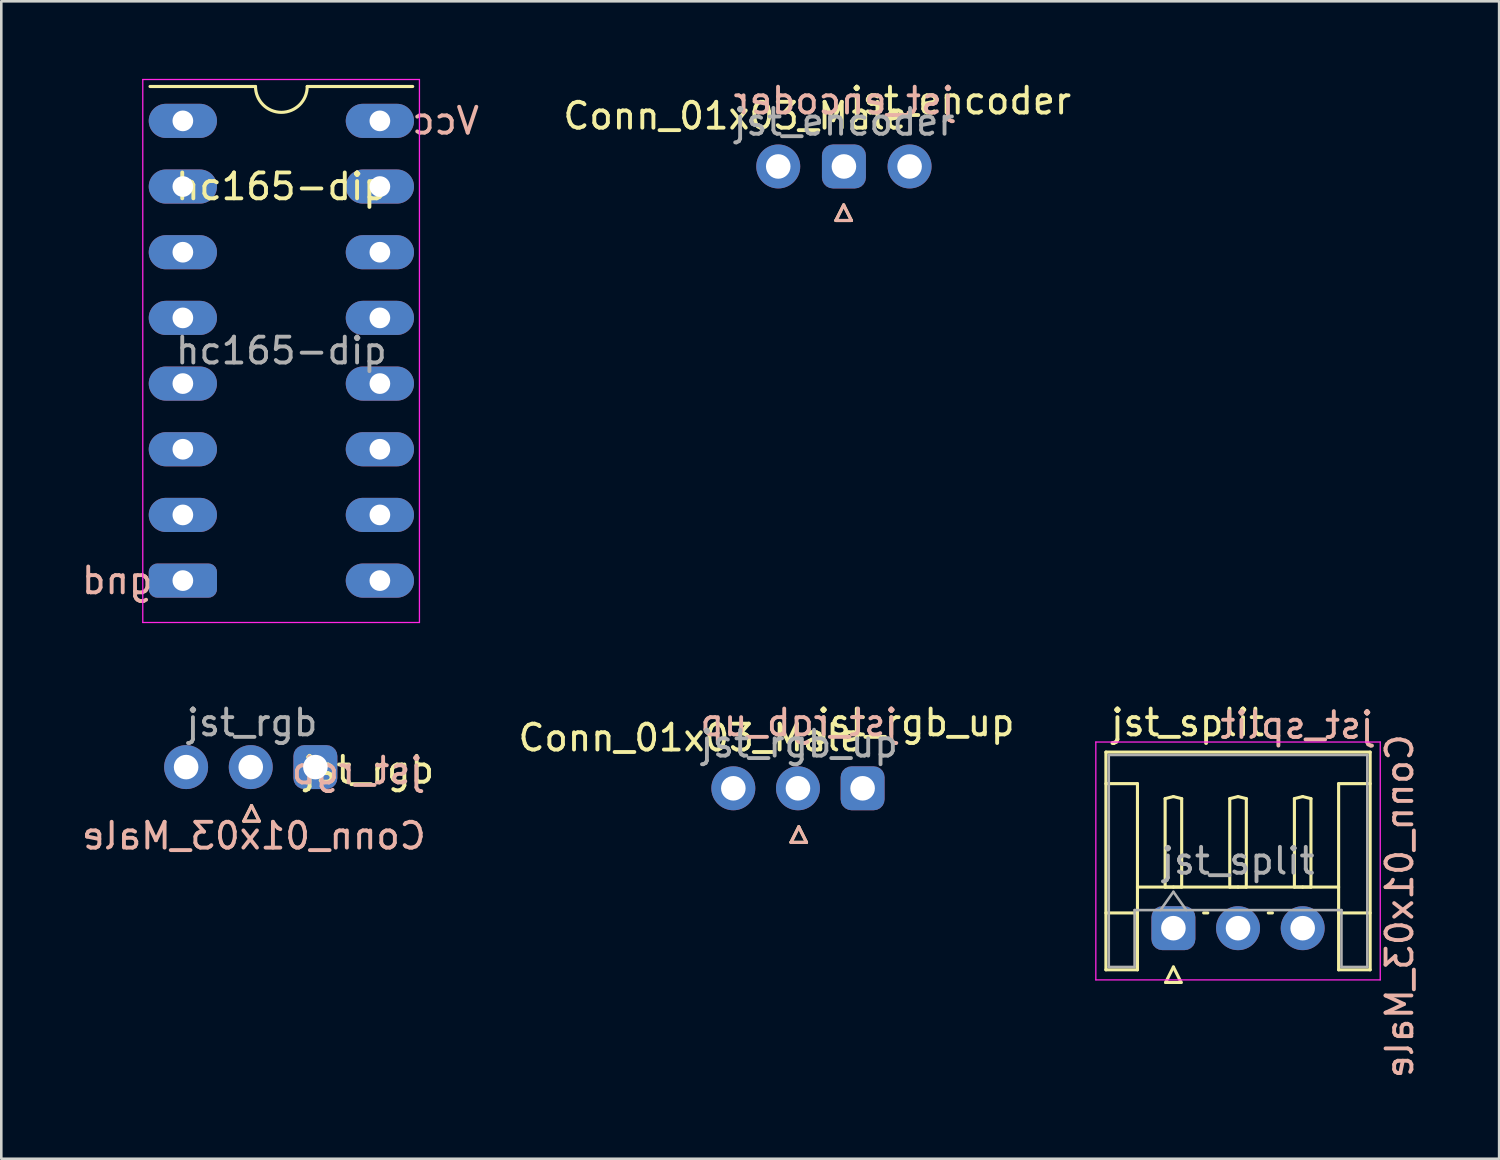
<source format=kicad_pcb>
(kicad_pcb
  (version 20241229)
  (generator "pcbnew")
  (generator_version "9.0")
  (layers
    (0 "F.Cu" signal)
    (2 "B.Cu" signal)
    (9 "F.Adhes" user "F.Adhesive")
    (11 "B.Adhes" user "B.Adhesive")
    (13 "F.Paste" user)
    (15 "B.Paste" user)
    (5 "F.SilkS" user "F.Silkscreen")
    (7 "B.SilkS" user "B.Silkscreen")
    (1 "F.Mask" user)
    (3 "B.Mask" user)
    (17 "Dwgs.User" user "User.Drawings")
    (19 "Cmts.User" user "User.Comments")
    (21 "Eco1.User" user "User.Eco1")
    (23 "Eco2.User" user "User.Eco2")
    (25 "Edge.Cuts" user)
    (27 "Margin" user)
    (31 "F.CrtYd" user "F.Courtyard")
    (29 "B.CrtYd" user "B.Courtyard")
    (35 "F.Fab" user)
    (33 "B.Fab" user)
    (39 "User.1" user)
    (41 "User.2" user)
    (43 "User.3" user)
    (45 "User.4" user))
  (footprint "jst_rgb"
    (layer "F.Cu")
    (at 4.148 26.618)
    (property "Reference" "jst_rgb" (at 7.06 0.11 180) (layer "F.SilkS") (effects (font (size 1 1) (thickness 0.15))))
    (property "Value" "Conn_01x03_Male" (at 2.5 2.7 180) (layer "F.Fab") (hide yes) (effects (font (size 1 1) (thickness 0.15))))
    (attr through_hole)
    (fp_line (start 2.23 2.09) (end 2.83 2.09) (stroke (width 0.12) (type solid)) (layer "F.SilkS"))
    (fp_line (start 2.53 1.49) (end 2.23 2.09) (stroke (width 0.12) (type solid)) (layer "F.SilkS"))
    (fp_line (start 2.83 2.09) (end 2.53 1.49) (stroke (width 0.12) (type solid)) (layer "F.SilkS"))
    (fp_line (start 2.23 2.09) (end 2.83 2.09) (stroke (width 0.12) (type solid)) (layer "B.SilkS"))
    (fp_line (start 2.53 1.49) (end 2.23 2.09) (stroke (width 0.12) (type solid)) (layer "B.SilkS"))
    (fp_line (start 2.83 2.09) (end 2.53 1.49) (stroke (width 0.12) (type solid)) (layer "B.SilkS"))
    (fp_text user "${VALUE}" (at 2.62 2.66 0) (layer "B.SilkS") (effects (font (size 1 1) (thickness 0.15)) (justify mirror)))
    (fp_text user "${REFERENCE}" (at 6.62 0.14 180) (layer "B.SilkS") (effects (font (size 1 1) (thickness 0.15)) (justify mirror)))
    (fp_text user "${REFERENCE}" (at 2.55 -1.72 180) (layer "F.Fab") (effects (font (size 1 1) (thickness 0.15))))
    (pad "1" thru_hole circle (at 0 0) (size 1.7 1.7) (drill 0.95) (layers "*.Cu" "*.Mask"))
    (pad "2" thru_hole circle (at 2.5 0) (size 1.7 1.7) (drill 0.95) (layers "*.Cu" "*.Mask"))
    (pad "3" thru_hole roundrect (at 5 0) (size 1.7 1.7) (drill 0.95) (layers "*.Cu" "*.Mask") (roundrect_rratio 0.25)))
  (footprint "hc165-dip"
    (layer "F.Cu")
    (at 4.022 1.625)
    (property "Reference" "hc165-dip" (at 3.81 2.54 180) (layer "F.SilkS") (effects (font (size 1 1) (thickness 0.15))))
    (attr through_hole)
    (fp_line (start 2.81 -1.33) (end -1.27 -1.33) (stroke (width 0.12) (type solid)) (layer "F.SilkS"))
    (fp_line (start 8.89 -1.33) (end 4.81 -1.33) (stroke (width 0.12) (type solid)) (layer "F.SilkS"))
    (fp_arc (start 4.81 -1.33) (mid 3.81 -0.33) (end 2.81 -1.33) (stroke (width 0.12) (type solid)) (layer "F.SilkS"))
    (fp_line (start -1.55 -1.6) (end -1.55 19.4) (stroke (width 0.05) (type solid)) (layer "F.CrtYd"))
    (fp_line (start -1.55 19.4) (end 9.15 19.4) (stroke (width 0.05) (type solid)) (layer "F.CrtYd"))
    (fp_line (start 9.15 -1.6) (end -1.55 -1.6) (stroke (width 0.05) (type solid)) (layer "F.CrtYd"))
    (fp_line (start 9.15 19.4) (end 9.15 -1.6) (stroke (width 0.05) (type solid)) (layer "F.CrtYd"))
    (fp_text user "Vcc" (at 10.16 0 0) (unlocked yes) (layer "B.SilkS") (effects (font (size 1 1) (thickness 0.15)) (justify mirror)))
    (fp_text user "gnd" (at -2.54 17.78 0) (unlocked yes) (layer "B.SilkS") (effects (font (size 1 1) (thickness 0.15)) (justify mirror)))
    (fp_text user "${REFERENCE}" (at 3.81 8.89 180) (layer "F.Fab") (effects (font (size 1 1) (thickness 0.15))))
    (pad "1" thru_hole oval (at 0 0 90) (size 1.32 2.64) (drill 0.8) (layers "*.Cu" "*.Mask"))
    (pad "2" thru_hole oval (at 0 2.54 90) (size 1.32 2.64) (drill 0.8) (layers "*.Cu" "*.Mask"))
    (pad "3" thru_hole oval (at 0 5.08 90) (size 1.32 2.64) (drill 0.8) (layers "*.Cu" "*.Mask"))
    (pad "4" thru_hole oval (at 0 7.62 90) (size 1.32 2.64) (drill 0.8) (layers "*.Cu" "*.Mask"))
    (pad "5" thru_hole oval (at 0 10.16 90) (size 1.32 2.64) (drill 0.8) (layers "*.Cu" "*.Mask"))
    (pad "6" thru_hole oval (at 0 12.7 90) (size 1.32 2.64) (drill 0.8) (layers "*.Cu" "*.Mask"))
    (pad "7" thru_hole oval (at 0 15.24 90) (size 1.32 2.64) (drill 0.8) (layers "*.Cu" "*.Mask"))
    (pad "8" thru_hole roundrect (at 0 17.78 90) (size 1.32 2.64) (drill 0.8) (layers "*.Cu" "*.Mask") (roundrect_rratio 0.25))
    (pad "9" thru_hole oval (at 7.62 17.78 90) (size 1.32 2.64) (drill 0.8) (layers "*.Cu" "*.Mask"))
    (pad "10" thru_hole oval (at 7.62 15.24 90) (size 1.32 2.64) (drill 0.8) (layers "*.Cu" "*.Mask"))
    (pad "11" thru_hole oval (at 7.62 12.7 90) (size 1.32 2.64) (drill 0.8) (layers "*.Cu" "*.Mask"))
    (pad "12" thru_hole oval (at 7.62 10.16 90) (size 1.32 2.64) (drill 0.8) (layers "*.Cu" "*.Mask"))
    (pad "13" thru_hole oval (at 7.62 7.62 90) (size 1.32 2.64) (drill 0.8) (layers "*.Cu" "*.Mask"))
    (pad "14" thru_hole oval (at 7.62 5.08 90) (size 1.32 2.64) (drill 0.8) (layers "*.Cu" "*.Mask"))
    (pad "15" thru_hole oval (at 7.62 2.54 90) (size 1.32 2.64) (drill 0.8) (layers "*.Cu" "*.Mask"))
    (pad "16" thru_hole oval (at 7.62 0 90) (size 1.32 2.64) (drill 0.8) (layers "*.Cu" "*.Mask")))
  (footprint "jst_rgb_up"
    (layer "F.Cu")
    (at 25.312 27.438)
    (property "Reference" "jst_rgb_up" (at 7.06 -2.54 180) (layer "F.SilkS") (effects (font (size 1 1) (thickness 0.15))))
    (property "Value" "Conn_01x03_Male" (at 2.5 2.7 180) (layer "F.Fab") (hide yes) (effects (font (size 1 1) (thickness 0.15))))
    (attr through_hole)
    (fp_line (start 2.23 2.09) (end 2.83 2.09) (stroke (width 0.12) (type solid)) (layer "F.SilkS"))
    (fp_line (start 2.53 1.49) (end 2.23 2.09) (stroke (width 0.12) (type solid)) (layer "F.SilkS"))
    (fp_line (start 2.83 2.09) (end 2.53 1.49) (stroke (width 0.12) (type solid)) (layer "F.SilkS"))
    (fp_line (start 2.23 2.09) (end 2.83 2.09) (stroke (width 0.12) (type solid)) (layer "B.SilkS"))
    (fp_line (start 2.53 1.49) (end 2.23 2.09) (stroke (width 0.12) (type solid)) (layer "B.SilkS"))
    (fp_line (start 2.83 2.09) (end 2.53 1.49) (stroke (width 0.12) (type solid)) (layer "B.SilkS"))
    (fp_text user "${VALUE}" (at 5.08 -2.54 0) (layer "F.SilkS") (effects (font (size 1 1) (thickness 0.15)) (justify right top)))
    (fp_text user "${REFERENCE}" (at 2.54 -2.54 180) (layer "B.SilkS") (effects (font (size 1 1) (thickness 0.15)) (justify mirror)))
    (fp_text user "${REFERENCE}" (at 2.55 -1.72 180) (layer "F.Fab") (effects (font (size 1 1) (thickness 0.15))))
    (pad "1" thru_hole circle (at 0 0) (size 1.7 1.7) (drill 0.95) (layers "*.Cu" "*.Mask"))
    (pad "2" thru_hole circle (at 2.5 0) (size 1.7 1.7) (drill 0.95) (layers "*.Cu" "*.Mask"))
    (pad "3" thru_hole roundrect (at 5 0) (size 1.7 1.7) (drill 0.95) (layers "*.Cu" "*.Mask") (roundrect_rratio 0.25)))
  (footprint "jst_split"
    (layer "F.Cu")
    (at 42.332 32.848)
    (property "Reference" "jst_split" (at 0.55 -7.95 180) (layer "F.SilkS") (effects (font (size 1 1) (thickness 0.15))))
    (property "Value" "Conn_01x03_Male" (at 2.5 2.7 180) (layer "F.Fab") (hide yes) (effects (font (size 1 1) (thickness 0.15))))
    (attr through_hole)
    (fp_line (start -2.61 -6.81) (end 7.61 -6.81) (stroke (width 0.12) (type solid)) (layer "F.SilkS"))
    (fp_line (start -2.61 -5.59) (end -1.39 -5.59) (stroke (width 0.12) (type solid)) (layer "F.SilkS"))
    (fp_line (start -2.61 1.61) (end -2.61 -6.81) (stroke (width 0.12) (type solid)) (layer "F.SilkS"))
    (fp_line (start -1.39 -5.59) (end -1.39 -0.59) (stroke (width 0.12) (type solid)) (layer "F.SilkS"))
    (fp_line (start -1.39 -1.59) (end 6.39 -1.59) (stroke (width 0.12) (type solid)) (layer "F.SilkS"))
    (fp_line (start -1.39 -0.59) (end -2.61 -0.59) (stroke (width 0.12) (type solid)) (layer "F.SilkS"))
    (fp_line (start -1.39 -0.59) (end -1.39 1.61) (stroke (width 0.12) (type solid)) (layer "F.SilkS"))
    (fp_line (start -1.39 1.61) (end -2.61 1.61) (stroke (width 0.12) (type solid)) (layer "F.SilkS"))
    (fp_line (start -0.32 -5.01) (end 0 -5.09) (stroke (width 0.12) (type solid)) (layer "F.SilkS"))
    (fp_line (start -0.32 -1.59) (end -0.32 -5.01) (stroke (width 0.12) (type solid)) (layer "F.SilkS"))
    (fp_line (start -0.3 2.1) (end 0.3 2.1) (stroke (width 0.12) (type solid)) (layer "F.SilkS"))
    (fp_line (start 0 -5.09) (end 0.32 -5.01) (stroke (width 0.12) (type solid)) (layer "F.SilkS"))
    (fp_line (start 0 -1.59) (end -0.32 -1.59) (stroke (width 0.12) (type solid)) (layer "F.SilkS"))
    (fp_line (start 0 1.5) (end -0.3 2.1) (stroke (width 0.12) (type solid)) (layer "F.SilkS"))
    (fp_line (start 0.3 2.1) (end 0 1.5) (stroke (width 0.12) (type solid)) (layer "F.SilkS"))
    (fp_line (start 0.32 -5.01) (end 0.32 -1.59) (stroke (width 0.12) (type solid)) (layer "F.SilkS"))
    (fp_line (start 0.32 -1.59) (end 0 -1.59) (stroke (width 0.12) (type solid)) (layer "F.SilkS"))
    (fp_line (start 1.17 -0.59) (end 1.33 -0.59) (stroke (width 0.12) (type solid)) (layer "F.SilkS"))
    (fp_line (start 2.18 -5.01) (end 2.5 -5.09) (stroke (width 0.12) (type solid)) (layer "F.SilkS"))
    (fp_line (start 2.18 -1.59) (end 2.18 -5.01) (stroke (width 0.12) (type solid)) (layer "F.SilkS"))
    (fp_line (start 2.5 -5.09) (end 2.82 -5.01) (stroke (width 0.12) (type solid)) (layer "F.SilkS"))
    (fp_line (start 2.5 -1.59) (end 2.18 -1.59) (stroke (width 0.12) (type solid)) (layer "F.SilkS"))
    (fp_line (start 2.82 -5.01) (end 2.82 -1.59) (stroke (width 0.12) (type solid)) (layer "F.SilkS"))
    (fp_line (start 2.82 -1.59) (end 2.5 -1.59) (stroke (width 0.12) (type solid)) (layer "F.SilkS"))
    (fp_line (start 3.67 -0.59) (end 3.83 -0.59) (stroke (width 0.12) (type solid)) (layer "F.SilkS"))
    (fp_line (start 4.68 -5.01) (end 5 -5.09) (stroke (width 0.12) (type solid)) (layer "F.SilkS"))
    (fp_line (start 4.68 -1.59) (end 4.68 -5.01) (stroke (width 0.12) (type solid)) (layer "F.SilkS"))
    (fp_line (start 5 -5.09) (end 5.32 -5.01) (stroke (width 0.12) (type solid)) (layer "F.SilkS"))
    (fp_line (start 5 -1.59) (end 4.68 -1.59) (stroke (width 0.12) (type solid)) (layer "F.SilkS"))
    (fp_line (start 5.32 -5.01) (end 5.32 -1.59) (stroke (width 0.12) (type solid)) (layer "F.SilkS"))
    (fp_line (start 5.32 -1.59) (end 5 -1.59) (stroke (width 0.12) (type solid)) (layer "F.SilkS"))
    (fp_line (start 6.39 -5.59) (end 6.39 -0.59) (stroke (width 0.12) (type solid)) (layer "F.SilkS"))
    (fp_line (start 6.39 -0.59) (end 7.61 -0.59) (stroke (width 0.12) (type solid)) (layer "F.SilkS"))
    (fp_line (start 6.39 1.61) (end 6.39 -0.59) (stroke (width 0.12) (type solid)) (layer "F.SilkS"))
    (fp_line (start 7.61 -6.81) (end 7.61 1.61) (stroke (width 0.12) (type solid)) (layer "F.SilkS"))
    (fp_line (start 7.61 -5.59) (end 6.39 -5.59) (stroke (width 0.12) (type solid)) (layer "F.SilkS"))
    (fp_line (start 7.61 1.61) (end 6.39 1.61) (stroke (width 0.12) (type solid)) (layer "F.SilkS"))
    (fp_line (start -3 -7.2) (end -3 2) (stroke (width 0.05) (type solid)) (layer "F.CrtYd"))
    (fp_line (start -3 2) (end 8 2) (stroke (width 0.05) (type solid)) (layer "F.CrtYd"))
    (fp_line (start 8 -7.2) (end -3 -7.2) (stroke (width 0.05) (type solid)) (layer "F.CrtYd"))
    (fp_line (start 8 2) (end 8 -7.2) (stroke (width 0.05) (type solid)) (layer "F.CrtYd"))
    (fp_line (start -2.5 -6.7) (end 7.5 -6.7) (stroke (width 0.1) (type solid)) (layer "F.Fab"))
    (fp_line (start -2.5 1.5) (end -2.5 -6.7) (stroke (width 0.1) (type solid)) (layer "F.Fab"))
    (fp_line (start -1.5 -0.7) (end -1.5 1.5) (stroke (width 0.1) (type solid)) (layer "F.Fab"))
    (fp_line (start -1.5 1.5) (end -2.5 1.5) (stroke (width 0.1) (type solid)) (layer "F.Fab"))
    (fp_line (start -0.5 -0.7) (end 0 -1.407) (stroke (width 0.1) (type solid)) (layer "F.Fab"))
    (fp_line (start 0 -1.407) (end 0.5 -0.7) (stroke (width 0.1) (type solid)) (layer "F.Fab"))
    (fp_line (start 6.5 -0.7) (end -1.5 -0.7) (stroke (width 0.1) (type solid)) (layer "F.Fab"))
    (fp_line (start 6.5 1.5) (end 6.5 -0.7) (stroke (width 0.1) (type solid)) (layer "F.Fab"))
    (fp_line (start 7.5 -6.7) (end 7.5 1.5) (stroke (width 0.1) (type solid)) (layer "F.Fab"))
    (fp_line (start 7.5 1.5) (end 6.5 1.5) (stroke (width 0.1) (type solid)) (layer "F.Fab"))
    (fp_text user "${VALUE}" (at 8.75 -0.85 270) (layer "B.SilkS") (effects (font (size 1 1) (thickness 0.15)) (justify mirror)))
    (fp_text user "${REFERENCE}" (at 4.775 -7.85 180) (layer "B.SilkS") (effects (font (size 1 1) (thickness 0.15)) (justify mirror)))
    (fp_text user "${REFERENCE}" (at 2.5 -2.6 180) (layer "F.Fab") (effects (font (size 1 1) (thickness 0.15))))
    (pad "1" thru_hole roundrect (at 0 0) (size 1.7 1.7) (drill 0.95) (layers "*.Cu" "*.Mask") (roundrect_rratio 0.25))
    (pad "2" thru_hole circle (at 2.5 0) (size 1.7 1.7) (drill 0.95) (layers "*.Cu" "*.Mask"))
    (pad "3" thru_hole circle (at 5 0) (size 1.7 1.7) (drill 0.95) (layers "*.Cu" "*.Mask")))
  (footprint "jst_encoder"
    (layer "F.Cu")
    (at 27.049 3.388)
    (property "Reference" "jst_encoder" (at 7.06 -2.54 180) (layer "F.SilkS") (effects (font (size 1 1) (thickness 0.15))))
    (property "Value" "Conn_01x03_Male" (at 2.5 2.7 180) (layer "F.Fab") (hide yes) (effects (font (size 1 1) (thickness 0.15))))
    (attr through_hole)
    (fp_line (start 2.23 2.09) (end 2.83 2.09) (stroke (width 0.12) (type solid)) (layer "F.SilkS"))
    (fp_line (start 2.53 1.49) (end 2.23 2.09) (stroke (width 0.12) (type solid)) (layer "F.SilkS"))
    (fp_line (start 2.83 2.09) (end 2.53 1.49) (stroke (width 0.12) (type solid)) (layer "F.SilkS"))
    (fp_line (start 2.23 2.09) (end 2.83 2.09) (stroke (width 0.12) (type solid)) (layer "B.SilkS"))
    (fp_line (start 2.53 1.49) (end 2.23 2.09) (stroke (width 0.12) (type solid)) (layer "B.SilkS"))
    (fp_line (start 2.83 2.09) (end 2.53 1.49) (stroke (width 0.12) (type solid)) (layer "B.SilkS"))
    (fp_text user "${VALUE}" (at 5.08 -2.54 0) (layer "F.SilkS") (effects (font (size 1 1) (thickness 0.15)) (justify right top)))
    (fp_text user "${REFERENCE}" (at 2.54 -2.54 180) (layer "B.SilkS") (effects (font (size 1 1) (thickness 0.15)) (justify mirror)))
    (fp_text user "${REFERENCE}" (at 2.55 -1.72 180) (layer "F.Fab") (effects (font (size 1 1) (thickness 0.15))))
    (pad "1" thru_hole circle (at 0 0) (size 1.7 1.7) (drill 0.95) (layers "*.Cu" "*.Mask"))
    (pad "2" thru_hole roundrect (at 2.54 0) (size 1.7 1.7) (drill 0.95) (layers "*.Cu" "*.Mask") (roundrect_rratio 0.25))
    (pad "3" thru_hole circle (at 5.08 0) (size 1.7 1.7) (drill 0.95) (layers "*.Cu" "*.Mask")))
  (gr_rect
    (start -3 -3)
    (end 54.93 41.766)
    (stroke (width 0.1) (type default))
    (fill no)
    (layer "Edge.Cuts")))
</source>
